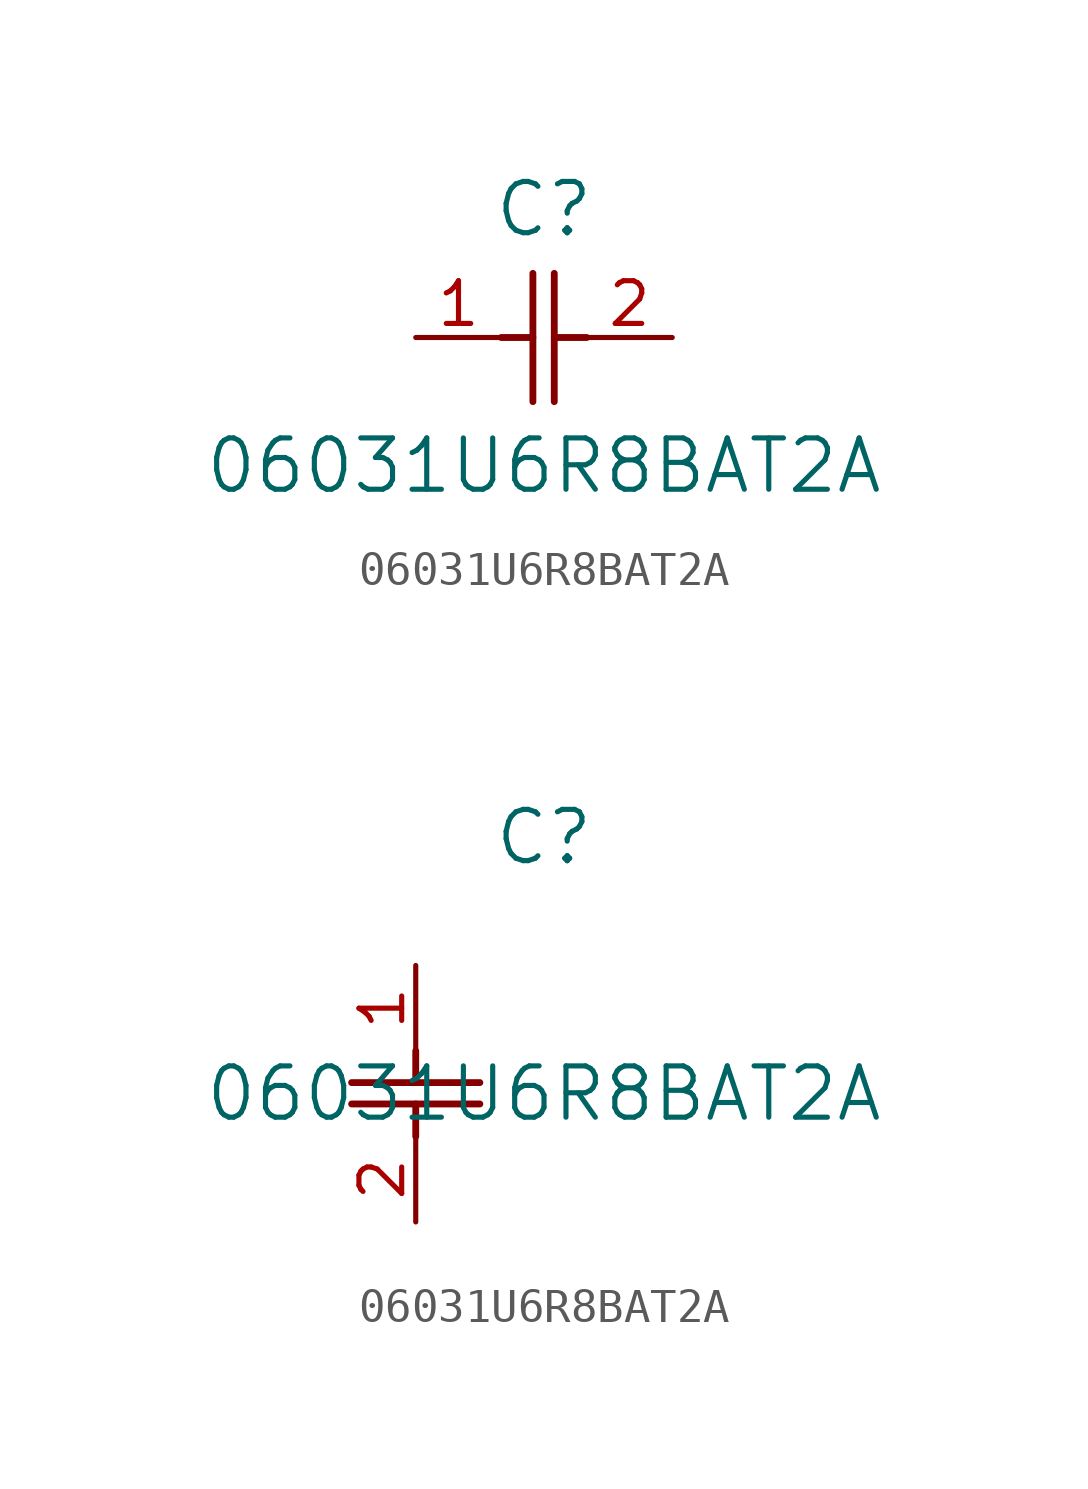
<source format=kicad_sym>
(kicad_symbol_lib
  (version 20211014)
  (generator kicad_symbol_editor)
  (symbol "06031U6R8BAT2A"
    (pin_names
      (offset 0.254))
    (property "Reference" "C"
      (at 3.81 3.81 0)
      (effects (font (size 1.524 1.524))))
    (property "Value" "06031U6R8BAT2A"
      (at 3.81 -3.81 0)
      (effects (font (size 1.524 1.524))))
    (symbol "06031U6R8BAT2A_1_1"
      (polyline (pts (xy 3.48 -1.905) (xy 3.48 1.905)) (stroke (width 0.203) (type default) (color 0 0 0 0)) (fill (type none)))
      (polyline (pts (xy 4.115 -1.905) (xy 4.115 1.905)) (stroke (width 0.203) (type default) (color 0 0 0 0)) (fill (type none)))
      (polyline (pts (xy 4.115 0) (xy 5.08 0)) (stroke (width 0.203) (type default) (color 0 0 0 0)) (fill (type none)))
      (polyline (pts (xy 2.54 0) (xy 3.48 0)) (stroke (width 0.203) (type default) (color 0 0 0 0)) (fill (type none)))
      (pin unspecified line (at 0 0 0) (length 2.54) (name "" (effects (font (size 1.27 1.27)))) (number "1" (effects (font (size 1.27 1.27)))))
      (pin unspecified line (at 7.62 0 180) (length 2.54) (name "" (effects (font (size 1.27 1.27)))) (number "2" (effects (font (size 1.27 1.27))))))
    (symbol "06031U6R8BAT2A_1_2"
      (polyline (pts (xy -1.905 -3.48) (xy 1.905 -3.48)) (stroke (width 0.203) (type default) (color 0 0 0 0)) (fill (type none)))
      (polyline (pts (xy -1.905 -4.115) (xy 1.905 -4.115)) (stroke (width 0.203) (type default) (color 0 0 0 0)) (fill (type none)))
      (polyline (pts (xy 0 -4.115) (xy 0 -5.08)) (stroke (width 0.203) (type default) (color 0 0 0 0)) (fill (type none)))
      (polyline (pts (xy 0 -2.54) (xy 0 -3.48)) (stroke (width 0.203) (type default) (color 0 0 0 0)) (fill (type none)))
      (pin unspecified line (at 0 0 270) (length 2.54) (name "" (effects (font (size 1.27 1.27)))) (number "1" (effects (font (size 1.27 1.27)))))
      (pin unspecified line (at 0 -7.62 90) (length 2.54) (name "" (effects (font (size 1.27 1.27)))) (number "2" (effects (font (size 1.27 1.27))))))))
</source>
